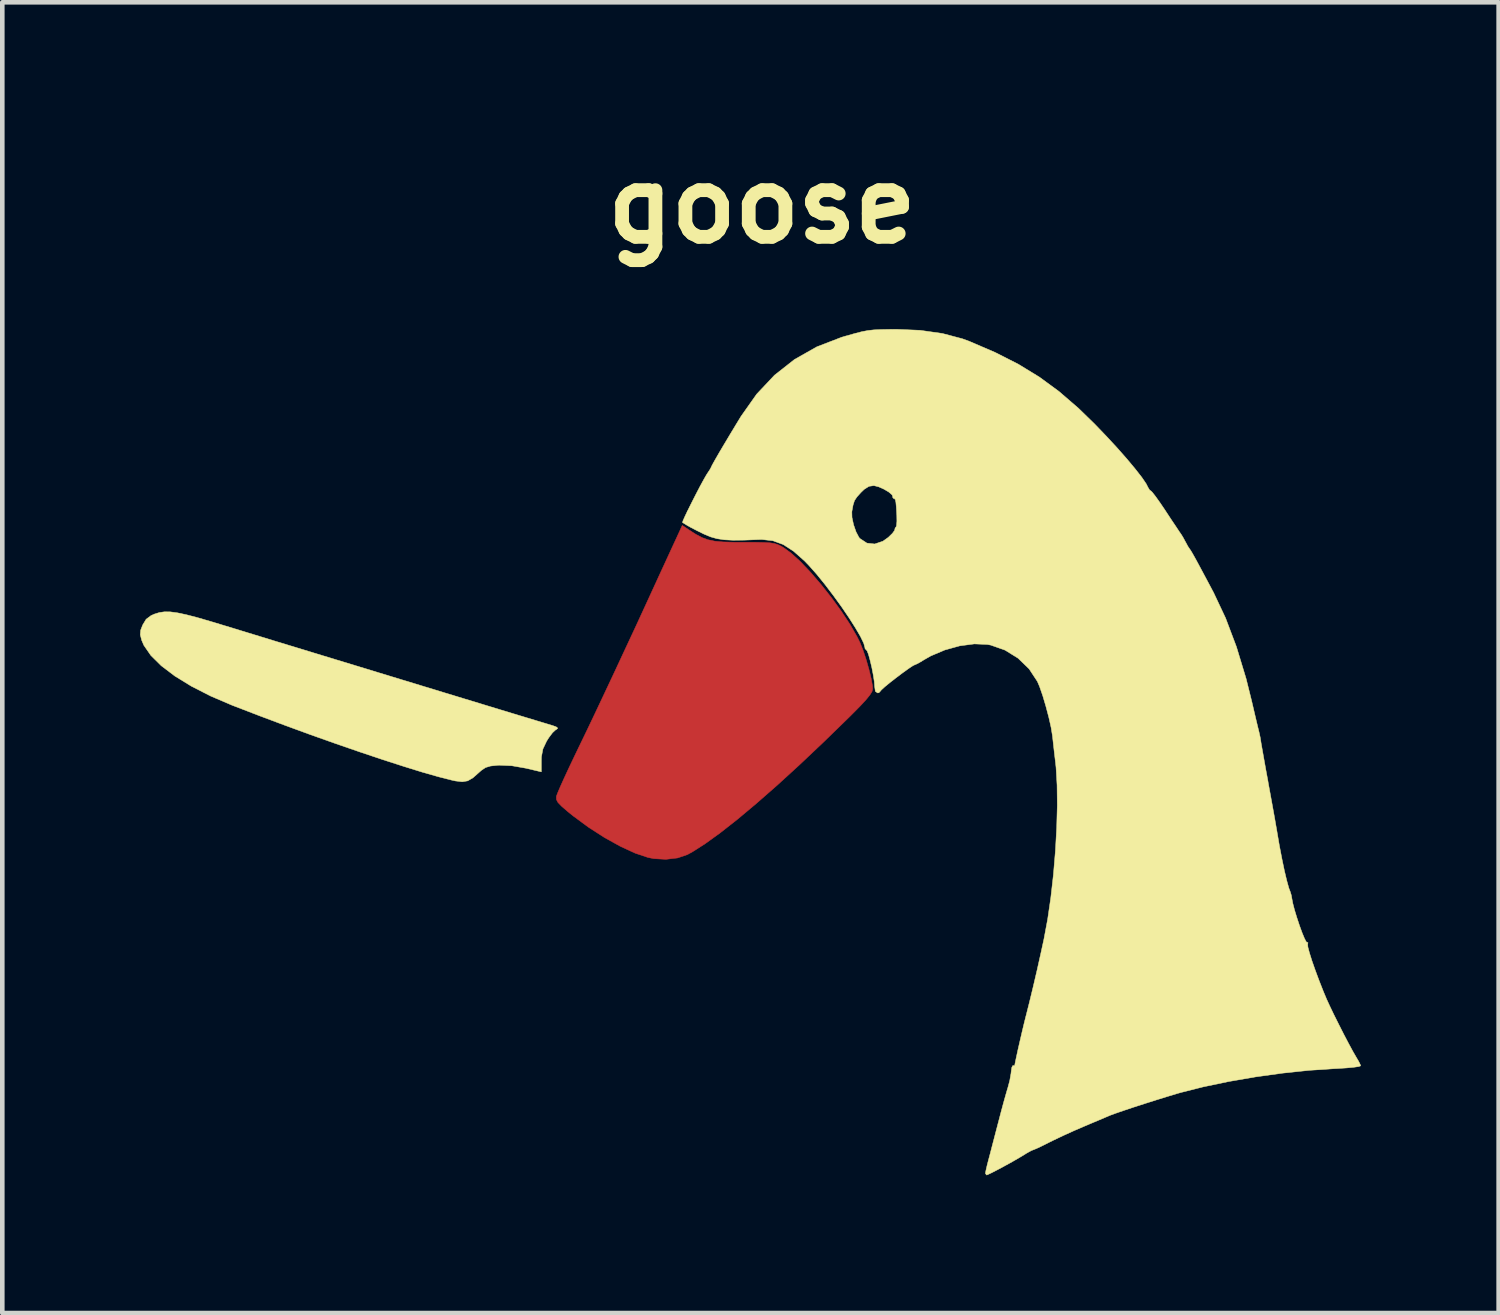
<source format=kicad_pcb>
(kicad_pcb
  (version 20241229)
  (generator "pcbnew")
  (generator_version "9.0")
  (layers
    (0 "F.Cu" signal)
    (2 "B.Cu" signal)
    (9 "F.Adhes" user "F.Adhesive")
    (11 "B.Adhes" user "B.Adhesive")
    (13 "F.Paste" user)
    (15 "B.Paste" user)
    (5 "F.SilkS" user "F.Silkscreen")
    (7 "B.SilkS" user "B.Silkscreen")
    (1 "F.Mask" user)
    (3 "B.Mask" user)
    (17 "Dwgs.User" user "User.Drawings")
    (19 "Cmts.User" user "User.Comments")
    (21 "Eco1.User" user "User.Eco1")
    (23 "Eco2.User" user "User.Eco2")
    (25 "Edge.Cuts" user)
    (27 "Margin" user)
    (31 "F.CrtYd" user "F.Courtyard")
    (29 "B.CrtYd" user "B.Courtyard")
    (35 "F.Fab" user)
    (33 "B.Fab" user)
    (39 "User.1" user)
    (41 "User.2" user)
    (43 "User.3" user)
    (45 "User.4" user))
  (footprint "goose"
    (layer "F.Cu")
    (at 13.795 14.918)
    (property "Reference" "goose" (at -0.25 -13.5 0) (layer "F.SilkS") (effects (font (size 1.524 1.524) (thickness 0.3))))
    (attr through_hole)
    (fp_poly (pts (xy -1.851 -6.435) (xy -1.697 -6.336) (xy -1.563 -6.264) (xy -1.431 -6.215) (xy -1.283 -6.184) (xy -1.101 -6.167) (xy -0.865 -6.16) (xy -0.656 -6.159) (xy -0.401 -6.159) (xy -0.215 -6.155) (xy -0.082 -6.148) (xy 0.015 -6.133) (xy 0.09 -6.11) (xy 0.16 -6.077) (xy 0.215 -6.045) (xy 0.386 -5.921) (xy 0.588 -5.736) (xy 0.808 -5.504) (xy 1.036 -5.238) (xy 1.262 -4.952) (xy 1.475 -4.659) (xy 1.664 -4.373) (xy 1.817 -4.107) (xy 1.882 -3.976) (xy 1.949 -3.808) (xy 2.017 -3.604) (xy 2.078 -3.389) (xy 2.127 -3.188) (xy 2.155 -3.028) (xy 2.159 -2.967) (xy 2.145 -2.91) (xy 2.097 -2.833) (xy 2.01 -2.726) (xy 1.875 -2.581) (xy 1.687 -2.391) (xy 1.619 -2.324) (xy 1.077 -1.797) (xy 0.562 -1.31) (xy 0.076 -0.866) (xy -0.376 -0.47) (xy -0.789 -0.124) (xy -1.162 0.169) (xy -1.489 0.405) (xy -1.766 0.582) (xy -1.878 0.643) (xy -2.09 0.715) (xy -2.344 0.745) (xy -2.607 0.73) (xy -2.733 0.705) (xy -3.014 0.611) (xy -3.335 0.463) (xy -3.678 0.273) (xy -4.025 0.05) (xy -4.359 -0.196) (xy -4.481 -0.294) (xy -4.615 -0.41) (xy -4.694 -0.492) (xy -4.728 -0.556) (xy -4.73 -0.617) (xy -4.728 -0.63) (xy -4.703 -0.698) (xy -4.647 -0.83) (xy -4.564 -1.014) (xy -4.46 -1.239) (xy -4.34 -1.491) (xy -4.253 -1.672) (xy -4.09 -2.009) (xy -3.9 -2.407) (xy -3.69 -2.852) (xy -3.465 -3.33) (xy -3.235 -3.824) (xy -3.004 -4.319) (xy -2.782 -4.801) (xy -2.615 -5.165) (xy -2.561 -5.282) (xy -2.51 -5.394) (xy -2.454 -5.516) (xy -2.386 -5.663) (xy -2.3 -5.85) (xy -2.188 -6.093) (xy -2.131 -6.216) (xy -1.988 -6.527) (xy -1.851 -6.435)) (stroke (width 0.01) (type solid)) (fill yes) (layer "F.Cu"))
    (fp_poly (pts (xy 2.382 -7.329) (xy 2.519 -7.23) (xy 2.618 -7.084) (xy 2.674 -6.907) (xy 2.684 -6.715) (xy 2.644 -6.525) (xy 2.551 -6.352) (xy 2.47 -6.265) (xy 2.327 -6.17) (xy 2.201 -6.138) (xy 2.068 -6.174) (xy 1.933 -6.265) (xy 1.797 -6.437) (xy 1.728 -6.644) (xy 1.727 -6.868) (xy 1.795 -7.089) (xy 1.841 -7.169) (xy 1.955 -7.297) (xy 2.095 -7.357) (xy 2.21 -7.366) (xy 2.382 -7.329)) (stroke (width 0.01) (type solid)) (fill yes) (layer "F.Mask"))
    (fp_poly (pts (xy -4.068 -2.192) (xy -4.064 -2.185) (xy -4.082 -2.125) (xy -4.13 -2.009) (xy -4.201 -1.852) (xy -4.285 -1.672) (xy -4.375 -1.487) (xy -4.462 -1.314) (xy -4.538 -1.168) (xy -4.595 -1.068) (xy -4.623 -1.032) (xy -4.651 -0.977) (xy -4.657 -0.929) (xy -4.679 -0.859) (xy -4.739 -0.857) (xy -4.829 -0.92) (xy -4.908 -1.004) (xy -4.987 -1.119) (xy -5.036 -1.224) (xy -5.043 -1.258) (xy -5.049 -1.359) (xy -5.052 -1.408) (xy -5.026 -1.605) (xy -4.938 -1.806) (xy -4.802 -1.984) (xy -4.636 -2.114) (xy -4.584 -2.139) (xy -4.487 -2.167) (xy -4.36 -2.189) (xy -4.231 -2.202) (xy -4.125 -2.204) (xy -4.068 -2.192)) (stroke (width 0.01) (type solid)) (fill yes) (layer "F.Mask"))
    (fp_poly (pts (xy 1.277 -0.696) (xy 1.91 -0.523) (xy 2.503 -0.358) (xy 3.046 -0.205) (xy 3.523 -0.067) (xy 3.691 -0.018) (xy 3.904 0.072) (xy 4.084 0.202) (xy 4.209 0.354) (xy 4.238 0.415) (xy 4.268 0.56) (xy 4.276 0.752) (xy 4.263 0.959) (xy 4.231 1.145) (xy 4.196 1.251) (xy 4.057 1.462) (xy 3.863 1.616) (xy 3.631 1.707) (xy 3.375 1.727) (xy 3.239 1.707) (xy 3.149 1.683) (xy 2.984 1.633) (xy 2.741 1.557) (xy 2.421 1.455) (xy 2.022 1.327) (xy 1.651 1.206) (xy 1.392 1.122) (xy 1.077 1.021) (xy 0.732 0.91) (xy 0.381 0.798) (xy 0.051 0.693) (xy 0 0.677) (xy -0.356 0.563) (xy -0.639 0.473) (xy -0.856 0.403) (xy -1.017 0.351) (xy -1.129 0.313) (xy -1.199 0.287) (xy -1.236 0.269) (xy -1.247 0.259) (xy -1.241 0.251) (xy -1.224 0.244) (xy -1.222 0.243) (xy -1.154 0.202) (xy -1.035 0.115) (xy -0.879 -0.006) (xy -0.699 -0.151) (xy -0.507 -0.31) (xy -0.317 -0.471) (xy -0.142 -0.625) (xy -0.101 -0.662) (xy 0.246 -0.977) (xy 1.277 -0.696)) (stroke (width 0.01) (type solid)) (fill yes) (layer "F.Mask"))
    (fp_poly (pts (xy -1.851 -6.435) (xy -1.697 -6.336) (xy -1.563 -6.264) (xy -1.431 -6.215) (xy -1.283 -6.184) (xy -1.101 -6.167) (xy -0.865 -6.16) (xy -0.656 -6.159) (xy -0.401 -6.159) (xy -0.215 -6.155) (xy -0.082 -6.148) (xy 0.015 -6.133) (xy 0.09 -6.11) (xy 0.16 -6.077) (xy 0.215 -6.045) (xy 0.386 -5.921) (xy 0.588 -5.736) (xy 0.808 -5.504) (xy 1.036 -5.238) (xy 1.262 -4.952) (xy 1.475 -4.659) (xy 1.664 -4.373) (xy 1.817 -4.107) (xy 1.882 -3.976) (xy 1.949 -3.808) (xy 2.017 -3.604) (xy 2.078 -3.389) (xy 2.127 -3.188) (xy 2.155 -3.028) (xy 2.159 -2.967) (xy 2.145 -2.91) (xy 2.097 -2.833) (xy 2.01 -2.726) (xy 1.875 -2.581) (xy 1.687 -2.391) (xy 1.619 -2.324) (xy 1.077 -1.797) (xy 0.562 -1.31) (xy 0.076 -0.866) (xy -0.376 -0.47) (xy -0.789 -0.124) (xy -1.162 0.169) (xy -1.489 0.405) (xy -1.766 0.582) (xy -1.878 0.643) (xy -2.09 0.715) (xy -2.344 0.745) (xy -2.607 0.73) (xy -2.733 0.705) (xy -3.014 0.611) (xy -3.335 0.463) (xy -3.678 0.273) (xy -4.025 0.05) (xy -4.359 -0.196) (xy -4.481 -0.294) (xy -4.615 -0.41) (xy -4.694 -0.492) (xy -4.728 -0.556) (xy -4.73 -0.617) (xy -4.728 -0.63) (xy -4.703 -0.698) (xy -4.647 -0.83) (xy -4.564 -1.014) (xy -4.46 -1.239) (xy -4.34 -1.491) (xy -4.253 -1.672) (xy -4.09 -2.009) (xy -3.9 -2.407) (xy -3.69 -2.852) (xy -3.465 -3.33) (xy -3.235 -3.824) (xy -3.004 -4.319) (xy -2.782 -4.801) (xy -2.615 -5.165) (xy -2.561 -5.282) (xy -2.51 -5.394) (xy -2.454 -5.516) (xy -2.386 -5.663) (xy -2.3 -5.85) (xy -2.188 -6.093) (xy -2.131 -6.216) (xy -1.988 -6.527) (xy -1.851 -6.435)) (stroke (width 0.01) (type solid)) (fill yes) (layer "F.Mask"))
    (fp_poly (pts (xy -13.138 -4.644) (xy -12.981 -4.623) (xy -12.784 -4.581) (xy -12.538 -4.517) (xy -12.23 -4.427) (xy -11.953 -4.343) (xy -11.758 -4.284) (xy -11.501 -4.205) (xy -11.19 -4.11) (xy -10.832 -4) (xy -10.434 -3.879) (xy -10.005 -3.748) (xy -9.552 -3.61) (xy -9.082 -3.467) (xy -8.604 -3.321) (xy -8.125 -3.175) (xy -7.652 -3.031) (xy -7.193 -2.891) (xy -6.756 -2.758) (xy -6.348 -2.634) (xy -5.977 -2.521) (xy -5.651 -2.422) (xy -5.377 -2.339) (xy -5.162 -2.274) (xy -5.016 -2.23) (xy -4.953 -2.211) (xy -4.802 -2.165) (xy -4.722 -2.134) (xy -4.7 -2.11) (xy -4.725 -2.085) (xy -4.751 -2.07) (xy -4.814 -2.011) (xy -4.893 -1.906) (xy -4.941 -1.83) (xy -5.022 -1.659) (xy -5.055 -1.486) (xy -5.057 -1.395) (xy -5.057 -1.16) (xy -5.397 -1.24) (xy -5.7 -1.293) (xy -5.973 -1.305) (xy -6 -1.304) (xy -6.161 -1.287) (xy -6.27 -1.255) (xy -6.361 -1.194) (xy -6.403 -1.157) (xy -6.544 -1.032) (xy -6.66 -0.964) (xy -6.779 -0.944) (xy -6.929 -0.962) (xy -7.006 -0.979) (xy -7.289 -1.051) (xy -7.641 -1.151) (xy -8.051 -1.278) (xy -8.51 -1.426) (xy -9.008 -1.593) (xy -9.535 -1.775) (xy -10.082 -1.969) (xy -10.637 -2.172) (xy -11.192 -2.38) (xy -11.737 -2.59) (xy -11.79 -2.61) (xy -12.259 -2.811) (xy -12.676 -3.024) (xy -13.036 -3.245) (xy -13.333 -3.47) (xy -13.56 -3.695) (xy -13.712 -3.915) (xy -13.76 -4.027) (xy -13.79 -4.146) (xy -13.782 -4.245) (xy -13.738 -4.359) (xy -13.663 -4.483) (xy -13.556 -4.563) (xy -13.477 -4.598) (xy -13.375 -4.629) (xy -13.265 -4.645) (xy -13.138 -4.644)) (stroke (width 0.01) (type solid)) (fill yes) (layer "F.SilkS"))
    (fp_poly (pts (xy 3.192 -10.775) (xy 3.677 -10.706) (xy 4.112 -10.591) (xy 4.255 -10.539) (xy 4.825 -10.294) (xy 5.329 -10.038) (xy 5.787 -9.758) (xy 6.218 -9.442) (xy 6.641 -9.077) (xy 6.992 -8.735) (xy 7.243 -8.474) (xy 7.48 -8.218) (xy 7.693 -7.976) (xy 7.875 -7.758) (xy 8.019 -7.574) (xy 8.116 -7.431) (xy 8.154 -7.355) (xy 8.192 -7.293) (xy 8.214 -7.281) (xy 8.248 -7.248) (xy 8.319 -7.157) (xy 8.416 -7.021) (xy 8.529 -6.854) (xy 8.547 -6.826) (xy 8.662 -6.651) (xy 8.763 -6.501) (xy 8.837 -6.389) (xy 8.877 -6.331) (xy 8.879 -6.329) (xy 8.919 -6.263) (xy 8.973 -6.163) (xy 8.975 -6.16) (xy 9.025 -6.067) (xy 9.062 -6.013) (xy 9.063 -6.011) (xy 9.084 -5.982) (xy 9.127 -5.909) (xy 9.196 -5.786) (xy 9.293 -5.606) (xy 9.423 -5.363) (xy 9.585 -5.058) (xy 9.844 -4.508) (xy 10.08 -3.883) (xy 10.29 -3.191) (xy 10.41 -2.709) (xy 10.461 -2.491) (xy 10.507 -2.295) (xy 10.544 -2.14) (xy 10.568 -2.044) (xy 10.571 -2.032) (xy 10.597 -1.914) (xy 10.609 -1.841) (xy 10.619 -1.775) (xy 10.643 -1.64) (xy 10.677 -1.449) (xy 10.718 -1.218) (xy 10.766 -0.959) (xy 10.774 -0.91) (xy 10.824 -0.637) (xy 10.871 -0.379) (xy 10.912 -0.152) (xy 10.943 0.027) (xy 10.963 0.141) (xy 10.964 0.148) (xy 11.015 0.446) (xy 11.07 0.732) (xy 11.124 0.991) (xy 11.176 1.209) (xy 11.221 1.371) (xy 11.255 1.459) (xy 11.276 1.531) (xy 11.287 1.596) (xy 11.307 1.702) (xy 11.345 1.848) (xy 11.396 2.015) (xy 11.453 2.187) (xy 11.51 2.343) (xy 11.561 2.467) (xy 11.599 2.54) (xy 11.615 2.552) (xy 11.638 2.559) (xy 11.631 2.592) (xy 11.636 2.654) (xy 11.669 2.779) (xy 11.724 2.954) (xy 11.797 3.162) (xy 11.881 3.388) (xy 11.972 3.619) (xy 12.043 3.789) (xy 12.109 3.933) (xy 12.2 4.123) (xy 12.307 4.337) (xy 12.418 4.556) (xy 12.525 4.76) (xy 12.616 4.928) (xy 12.681 5.041) (xy 12.682 5.043) (xy 12.744 5.149) (xy 12.781 5.225) (xy 12.785 5.242) (xy 12.745 5.257) (xy 12.636 5.273) (xy 12.473 5.288) (xy 12.271 5.301) (xy 12.203 5.304) (xy 11.664 5.34) (xy 11.087 5.401) (xy 10.495 5.483) (xy 9.911 5.584) (xy 9.36 5.699) (xy 8.865 5.824) (xy 8.784 5.847) (xy 8.573 5.911) (xy 8.334 5.985) (xy 8.085 6.064) (xy 7.843 6.142) (xy 7.625 6.215) (xy 7.448 6.276) (xy 7.328 6.32) (xy 7.303 6.331) (xy 7.211 6.37) (xy 7.063 6.433) (xy 6.884 6.508) (xy 6.752 6.564) (xy 6.532 6.659) (xy 6.299 6.765) (xy 6.089 6.865) (xy 6.008 6.905) (xy 5.859 6.98) (xy 5.739 7.037) (xy 5.668 7.067) (xy 5.658 7.07) (xy 5.608 7.09) (xy 5.513 7.143) (xy 5.456 7.179) (xy 5.341 7.248) (xy 5.195 7.332) (xy 5.035 7.42) (xy 4.881 7.503) (xy 4.751 7.57) (xy 4.664 7.611) (xy 4.639 7.62) (xy 4.615 7.588) (xy 4.614 7.58) (xy 4.625 7.52) (xy 4.651 7.406) (xy 4.68 7.294) (xy 4.716 7.159) (xy 4.766 6.966) (xy 4.825 6.74) (xy 4.886 6.506) (xy 4.894 6.477) (xy 4.953 6.25) (xy 5.011 6.035) (xy 5.062 5.854) (xy 5.098 5.729) (xy 5.103 5.715) (xy 5.144 5.56) (xy 5.171 5.407) (xy 5.175 5.37) (xy 5.189 5.275) (xy 5.212 5.234) (xy 5.218 5.235) (xy 5.249 5.243) (xy 5.25 5.241) (xy 5.26 5.182) (xy 5.286 5.059) (xy 5.322 4.892) (xy 5.366 4.7) (xy 5.412 4.502) (xy 5.456 4.318) (xy 5.494 4.166) (xy 5.504 4.128) (xy 5.573 3.854) (xy 5.654 3.52) (xy 5.74 3.152) (xy 5.825 2.771) (xy 5.889 2.477) (xy 5.969 2.049) (xy 6.038 1.576) (xy 6.095 1.073) (xy 6.138 0.56) (xy 6.166 0.053) (xy 6.179 -0.43) (xy 6.174 -0.871) (xy 6.152 -1.253) (xy 6.141 -1.355) (xy 6.117 -1.556) (xy 6.095 -1.75) (xy 6.078 -1.904) (xy 6.073 -1.947) (xy 6.044 -2.126) (xy 5.994 -2.348) (xy 5.93 -2.589) (xy 5.861 -2.821) (xy 5.793 -3.017) (xy 5.746 -3.127) (xy 5.565 -3.402) (xy 5.324 -3.635) (xy 5.04 -3.811) (xy 4.73 -3.92) (xy 4.657 -3.934) (xy 4.373 -3.946) (xy 4.055 -3.904) (xy 3.73 -3.814) (xy 3.423 -3.684) (xy 3.281 -3.603) (xy 3.175 -3.539) (xy 3.099 -3.5) (xy 3.081 -3.494) (xy 3.03 -3.469) (xy 2.933 -3.404) (xy 2.807 -3.313) (xy 2.668 -3.208) (xy 2.533 -3.103) (xy 2.421 -3.011) (xy 2.348 -2.944) (xy 2.328 -2.919) (xy 2.294 -2.883) (xy 2.265 -2.879) (xy 2.217 -2.913) (xy 2.202 -3.016) (xy 2.194 -3.125) (xy 2.171 -3.271) (xy 2.14 -3.432) (xy 2.103 -3.587) (xy 2.068 -3.715) (xy 2.037 -3.795) (xy 2.023 -3.81) (xy 1.992 -3.844) (xy 1.99 -3.864) (xy 1.964 -3.96) (xy 1.892 -4.109) (xy 1.781 -4.299) (xy 1.641 -4.519) (xy 1.479 -4.757) (xy 1.303 -5) (xy 1.122 -5.238) (xy 0.944 -5.458) (xy 0.776 -5.648) (xy 0.677 -5.751) (xy 0.434 -5.966) (xy 0.209 -6.111) (xy -0.015 -6.193) (xy -0.254 -6.22) (xy -0.331 -6.218) (xy -0.642 -6.206) (xy -0.885 -6.204) (xy -1.076 -6.214) (xy -1.232 -6.238) (xy -1.37 -6.277) (xy -1.505 -6.333) (xy -1.524 -6.342) (xy -1.674 -6.416) (xy -1.803 -6.483) (xy -1.884 -6.529) (xy -1.884 -6.529) (xy -1.955 -6.573) (xy -1.983 -6.59) (xy -1.972 -6.628) (xy -1.929 -6.725) (xy -1.881 -6.826) (xy 1.705 -6.826) (xy 1.708 -6.702) (xy 1.742 -6.543) (xy 1.796 -6.387) (xy 1.859 -6.267) (xy 1.881 -6.241) (xy 2.033 -6.141) (xy 2.203 -6.122) (xy 2.381 -6.182) (xy 2.499 -6.266) (xy 2.588 -6.353) (xy 2.637 -6.42) (xy 2.641 -6.442) (xy 2.649 -6.476) (xy 2.659 -6.477) (xy 2.677 -6.515) (xy 2.686 -6.616) (xy 2.684 -6.742) (xy 2.674 -6.92) (xy 2.664 -7.029) (xy 2.651 -7.087) (xy 2.633 -7.109) (xy 2.615 -7.112) (xy 2.594 -7.137) (xy 2.598 -7.145) (xy 2.582 -7.191) (xy 2.511 -7.252) (xy 2.406 -7.315) (xy 2.292 -7.366) (xy 2.192 -7.392) (xy 2.183 -7.393) (xy 2.078 -7.378) (xy 1.975 -7.313) (xy 1.904 -7.245) (xy 1.816 -7.147) (xy 1.763 -7.068) (xy 1.732 -6.972) (xy 1.705 -6.826) (xy -1.881 -6.826) (xy -1.862 -6.864) (xy -1.78 -7.029) (xy -1.691 -7.204) (xy -1.603 -7.373) (xy -1.524 -7.518) (xy -1.463 -7.625) (xy -1.438 -7.664) (xy -1.382 -7.749) (xy -1.355 -7.801) (xy -1.355 -7.803) (xy -1.334 -7.846) (xy -1.276 -7.95) (xy -1.188 -8.103) (xy -1.076 -8.292) (xy -0.949 -8.505) (xy -0.812 -8.732) (xy -0.707 -8.904) (xy -0.367 -9.386) (xy 0.021 -9.798) (xy 0.457 -10.141) (xy 0.943 -10.416) (xy 1.48 -10.623) (xy 1.571 -10.65) (xy 1.77 -10.706) (xy 1.922 -10.745) (xy 2.053 -10.77) (xy 2.185 -10.785) (xy 2.343 -10.792) (xy 2.551 -10.796) (xy 2.674 -10.797) (xy 3.192 -10.775)) (stroke (width 0.01) (type solid)) (fill yes) (layer "F.SilkS")))
  (gr_rect
    (start -3 -3)
    (end 29.585 25.543)
    (stroke (width 0.1) (type default))
    (fill no)
    (layer "Edge.Cuts")))
</source>
